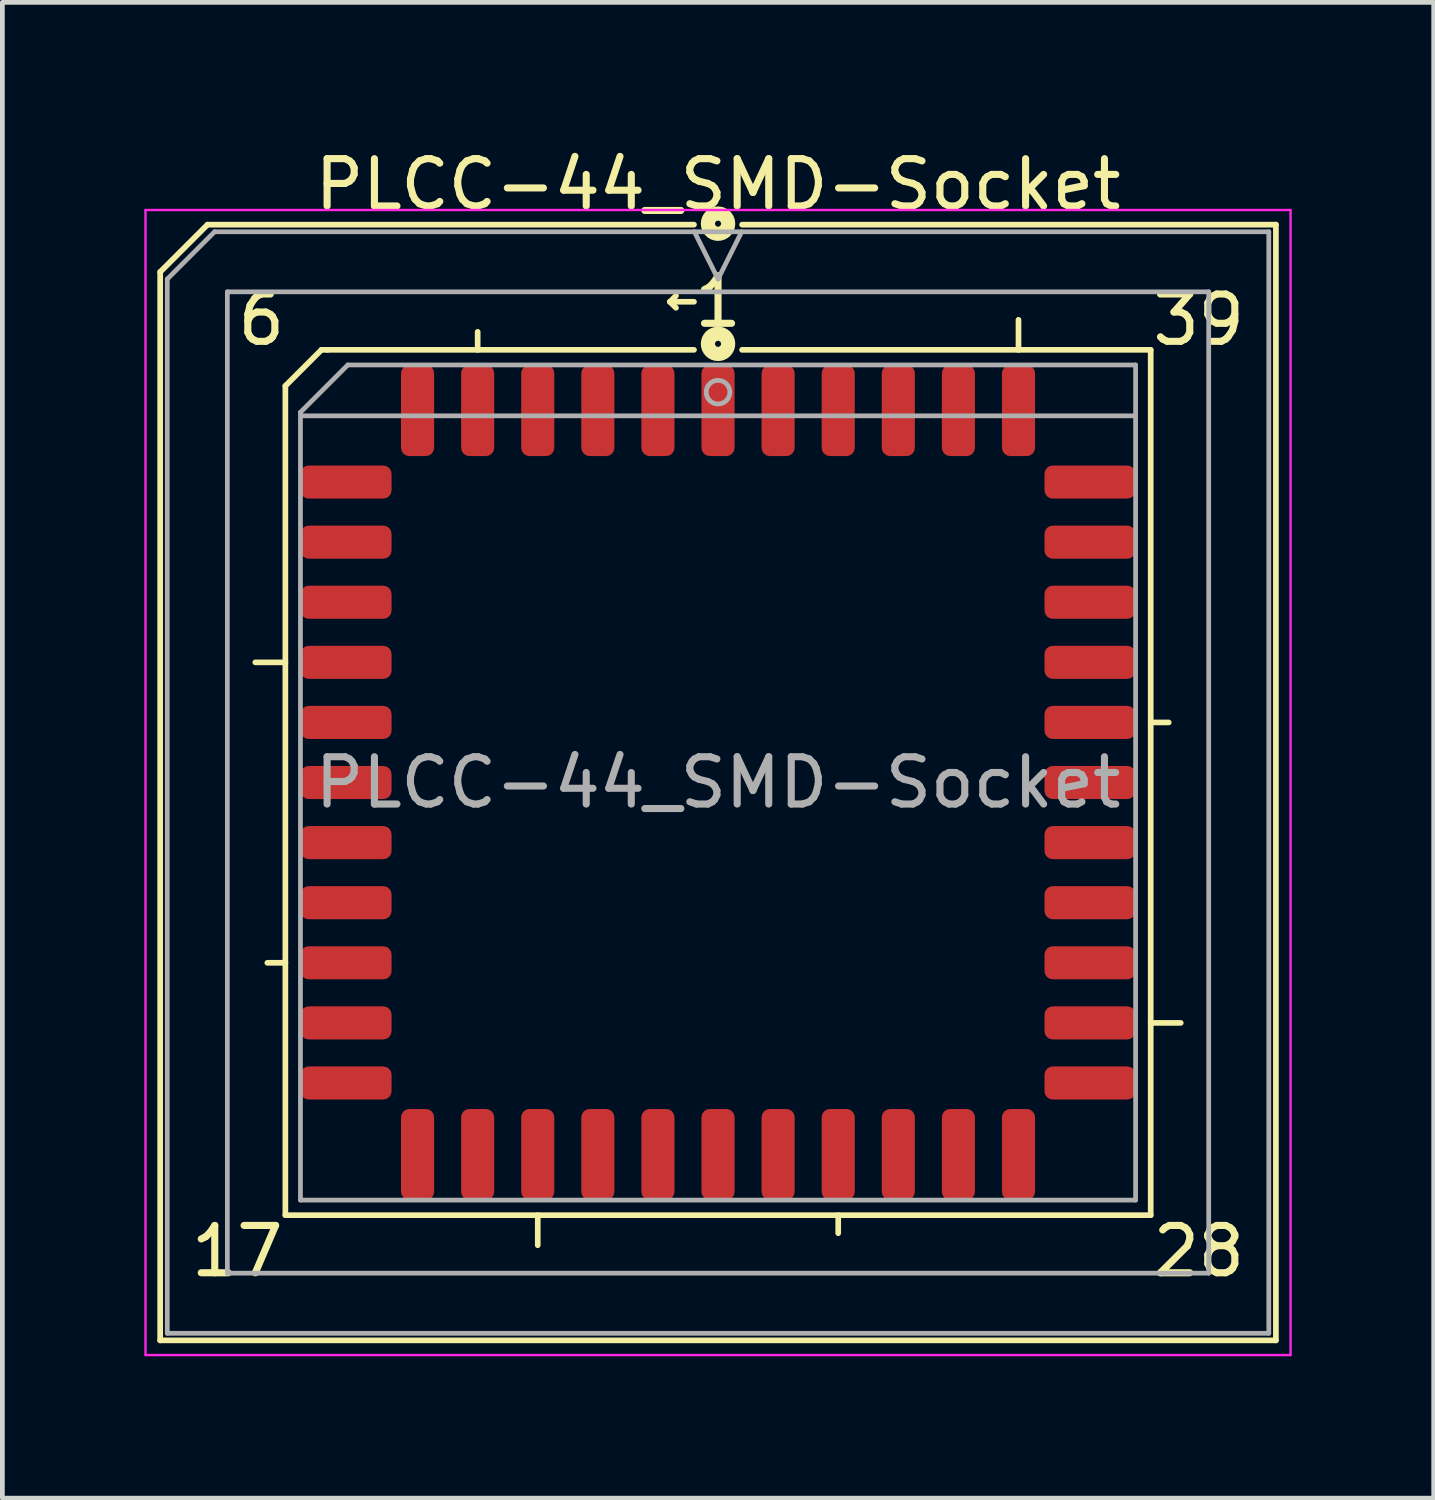
<source format=kicad_pcb>
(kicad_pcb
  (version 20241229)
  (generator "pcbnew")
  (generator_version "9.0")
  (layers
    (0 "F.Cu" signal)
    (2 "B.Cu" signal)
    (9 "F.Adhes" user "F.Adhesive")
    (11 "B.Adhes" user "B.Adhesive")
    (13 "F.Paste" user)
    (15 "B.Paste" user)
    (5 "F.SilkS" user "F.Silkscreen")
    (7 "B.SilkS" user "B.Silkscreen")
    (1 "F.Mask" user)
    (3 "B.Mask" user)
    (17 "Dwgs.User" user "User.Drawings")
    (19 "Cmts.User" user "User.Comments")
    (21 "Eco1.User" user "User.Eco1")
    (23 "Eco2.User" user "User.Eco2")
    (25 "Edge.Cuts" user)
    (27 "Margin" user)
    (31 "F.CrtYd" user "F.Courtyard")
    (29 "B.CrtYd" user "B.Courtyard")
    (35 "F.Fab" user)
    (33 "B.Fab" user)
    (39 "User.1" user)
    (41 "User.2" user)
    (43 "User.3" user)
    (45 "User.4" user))
  (footprint "PLCC-44_SMD-Socket"
    (layer "F.Cu")
    (at 12.125 13.488)
    (property "Reference" "PLCC-44_SMD-Socket" (at 0 -12.64 0) (layer "F.SilkS") (effects (font (size 1 1) (thickness 0.15))))
    (attr smd)
    (fp_line (start -11.79 -10.79) (end -11.79 11.79) (stroke (width 0.12) (type solid)) (layer "F.SilkS"))
    (fp_line (start -11.79 11.79) (end 11.79 11.79) (stroke (width 0.12) (type solid)) (layer "F.SilkS"))
    (fp_line (start -10.79 -11.79) (end -11.79 -10.79) (stroke (width 0.12) (type solid)) (layer "F.SilkS"))
    (fp_line (start -9.144 -8.382) (end -9.144 9.144) (stroke (width 0.12) (type solid)) (layer "F.SilkS"))
    (fp_line (start -9.144 -2.54) (end -9.779 -2.54) (stroke (width 0.12) (type solid)) (layer "F.SilkS"))
    (fp_line (start -9.144 3.81) (end -9.525 3.81) (stroke (width 0.12) (type solid)) (layer "F.SilkS"))
    (fp_line (start -9.144 9.144) (end 9.144 9.144) (stroke (width 0.12) (type solid)) (layer "F.SilkS"))
    (fp_line (start -8.382 -9.144) (end -9.144 -8.382) (stroke (width 0.12) (type solid)) (layer "F.SilkS"))
    (fp_line (start -8.255 -9.144) (end -8.382 -9.144) (stroke (width 0.12) (type solid)) (layer "F.SilkS"))
    (fp_line (start -5.08 -9.144) (end -5.08 -9.525) (stroke (width 0.12) (type solid)) (layer "F.SilkS"))
    (fp_line (start -3.81 9.144) (end -3.81 9.779) (stroke (width 0.12) (type solid)) (layer "F.SilkS"))
    (fp_line (start -1.016 -10.16) (end -0.889 -10.287) (stroke (width 0.12) (type solid)) (layer "F.SilkS"))
    (fp_line (start -1.016 -10.16) (end -0.889 -10.033) (stroke (width 0.12) (type solid)) (layer "F.SilkS"))
    (fp_line (start -0.508 -11.79) (end -10.79 -11.79) (stroke (width 0.12) (type solid)) (layer "F.SilkS"))
    (fp_line (start -0.508 -10.16) (end -1.016 -10.16) (stroke (width 0.12) (type solid)) (layer "F.SilkS"))
    (fp_line (start -0.508 -9.144) (end -8.255 -9.144) (stroke (width 0.12) (type solid)) (layer "F.SilkS"))
    (fp_line (start 2.54 9.144) (end 2.54 9.525) (stroke (width 0.12) (type solid)) (layer "F.SilkS"))
    (fp_line (start 6.35 -9.144) (end 6.35 -9.779) (stroke (width 0.12) (type solid)) (layer "F.SilkS"))
    (fp_line (start 9.144 -9.144) (end 0.508 -9.144) (stroke (width 0.12) (type solid)) (layer "F.SilkS"))
    (fp_line (start 9.144 -1.27) (end 9.525 -1.27) (stroke (width 0.12) (type solid)) (layer "F.SilkS"))
    (fp_line (start 9.144 5.08) (end 9.779 5.08) (stroke (width 0.12) (type solid)) (layer "F.SilkS"))
    (fp_line (start 9.144 9.144) (end 9.144 -9.144) (stroke (width 0.12) (type solid)) (layer "F.SilkS"))
    (fp_line (start 11.79 -11.79) (end 0.508 -11.79) (stroke (width 0.12) (type solid)) (layer "F.SilkS"))
    (fp_line (start 11.79 11.79) (end 11.79 -11.79) (stroke (width 0.12) (type solid)) (layer "F.SilkS"))
    (fp_circle (center 0 -11.811) (end 0.064 -11.811) (stroke (width 0.3) (type solid)) (fill no) (layer "F.SilkS"))
    (fp_circle (center 0 -9.271) (end 0.064 -9.271) (stroke (width 0.3) (type solid)) (fill no) (layer "F.SilkS"))
    (fp_line (start -12.1 -12.1) (end -12.1 12.1) (stroke (width 0.05) (type solid)) (layer "F.CrtYd"))
    (fp_line (start -12.1 12.1) (end 12.1 12.1) (stroke (width 0.05) (type solid)) (layer "F.CrtYd"))
    (fp_line (start 12.1 -12.1) (end -12.1 -12.1) (stroke (width 0.05) (type solid)) (layer "F.CrtYd"))
    (fp_line (start 12.1 12.1) (end 12.1 -12.1) (stroke (width 0.05) (type solid)) (layer "F.CrtYd"))
    (fp_line (start -11.64 -10.64) (end -11.64 11.64) (stroke (width 0.1) (type solid)) (layer "F.Fab"))
    (fp_line (start -11.64 11.64) (end 11.64 11.64) (stroke (width 0.1) (type solid)) (layer "F.Fab"))
    (fp_line (start -10.64 -11.64) (end -11.64 -10.64) (stroke (width 0.1) (type solid)) (layer "F.Fab"))
    (fp_line (start -10.37 -10.37) (end -10.37 10.37) (stroke (width 0.1) (type solid)) (layer "F.Fab"))
    (fp_line (start -10.37 10.37) (end 10.37 10.37) (stroke (width 0.1) (type solid)) (layer "F.Fab"))
    (fp_line (start -8.825 -7.825) (end -8.825 8.825) (stroke (width 0.1) (type solid)) (layer "F.Fab"))
    (fp_line (start -8.825 8.825) (end 8.825 8.825) (stroke (width 0.1) (type solid)) (layer "F.Fab"))
    (fp_line (start -7.825 -8.825) (end -8.825 -7.825) (stroke (width 0.1) (type solid)) (layer "F.Fab"))
    (fp_line (start -0.5 -11.64) (end 0 -10.64) (stroke (width 0.1) (type solid)) (layer "F.Fab"))
    (fp_line (start 0 -10.64) (end 0.5 -11.64) (stroke (width 0.1) (type solid)) (layer "F.Fab"))
    (fp_line (start 8.8 -7.75) (end -8.8 -7.75) (stroke (width 0.1) (type solid)) (layer "F.Fab"))
    (fp_line (start 8.825 -8.825) (end -7.825 -8.825) (stroke (width 0.1) (type solid)) (layer "F.Fab"))
    (fp_line (start 8.825 8.825) (end 8.825 -8.825) (stroke (width 0.1) (type solid)) (layer "F.Fab"))
    (fp_line (start 10.37 -10.37) (end -10.37 -10.37) (stroke (width 0.1) (type solid)) (layer "F.Fab"))
    (fp_line (start 10.37 10.37) (end 10.37 -10.37) (stroke (width 0.1) (type solid)) (layer "F.Fab"))
    (fp_line (start 11.64 -11.64) (end -10.64 -11.64) (stroke (width 0.1) (type solid)) (layer "F.Fab"))
    (fp_line (start 11.64 11.64) (end 11.64 -11.64) (stroke (width 0.1) (type solid)) (layer "F.Fab"))
    (fp_circle (center 0 -8.25) (end 0.25 -8.25) (stroke (width 0.1) (type solid)) (fill no) (layer "F.Fab"))
    (fp_text user "6" (at -9.652 -9.779 0) (unlocked yes) (layer "F.SilkS") (effects (font (size 1 1) (thickness 0.15))))
    (fp_text user "39" (at 10.16 -9.779 0) (unlocked yes) (layer "F.SilkS") (effects (font (size 1 1) (thickness 0.15))))
    (fp_text user "1" (at 0 -10.16 0) (unlocked yes) (layer "F.SilkS") (effects (font (size 1 1) (thickness 0.15))))
    (fp_text user "17" (at -10.16 9.906 0) (unlocked yes) (layer "F.SilkS") (effects (font (size 1 1) (thickness 0.15))))
    (fp_text user "28" (at 10.16 9.906 0) (unlocked yes) (layer "F.SilkS") (effects (font (size 1 1) (thickness 0.15))))
    (fp_text user "${REFERENCE}" (at 0 0 0) (layer "F.Fab") (effects (font (size 1 1) (thickness 0.15))))
    (pad "1" smd roundrect (at 0 -7.862) (size 0.7 1.925) (layers "F.Cu" "F.Mask" "F.Paste") (roundrect_rratio 0.25))
    (pad "2" smd roundrect (at -1.27 -7.862) (size 0.7 1.925) (layers "F.Cu" "F.Mask" "F.Paste") (roundrect_rratio 0.25))
    (pad "3" smd roundrect (at -2.54 -7.862) (size 0.7 1.925) (layers "F.Cu" "F.Mask" "F.Paste") (roundrect_rratio 0.25))
    (pad "4" smd roundrect (at -3.81 -7.862) (size 0.7 1.925) (layers "F.Cu" "F.Mask" "F.Paste") (roundrect_rratio 0.25))
    (pad "5" smd roundrect (at -5.08 -7.862) (size 0.7 1.925) (layers "F.Cu" "F.Mask" "F.Paste") (roundrect_rratio 0.25))
    (pad "6" smd roundrect (at -6.35 -7.862) (size 0.7 1.925) (layers "F.Cu" "F.Mask" "F.Paste") (roundrect_rratio 0.25))
    (pad "7" smd roundrect (at -7.862 -6.35) (size 1.925 0.7) (layers "F.Cu" "F.Mask" "F.Paste") (roundrect_rratio 0.25))
    (pad "8" smd roundrect (at -7.862 -5.08) (size 1.925 0.7) (layers "F.Cu" "F.Mask" "F.Paste") (roundrect_rratio 0.25))
    (pad "9" smd roundrect (at -7.862 -3.81) (size 1.925 0.7) (layers "F.Cu" "F.Mask" "F.Paste") (roundrect_rratio 0.25))
    (pad "10" smd roundrect (at -7.862 -2.54) (size 1.925 0.7) (layers "F.Cu" "F.Mask" "F.Paste") (roundrect_rratio 0.25))
    (pad "11" smd roundrect (at -7.862 -1.27) (size 1.925 0.7) (layers "F.Cu" "F.Mask" "F.Paste") (roundrect_rratio 0.25))
    (pad "12" smd roundrect (at -7.862 0) (size 1.925 0.7) (layers "F.Cu" "F.Mask" "F.Paste") (roundrect_rratio 0.25))
    (pad "13" smd roundrect (at -7.862 1.27) (size 1.925 0.7) (layers "F.Cu" "F.Mask" "F.Paste") (roundrect_rratio 0.25))
    (pad "14" smd roundrect (at -7.862 2.54) (size 1.925 0.7) (layers "F.Cu" "F.Mask" "F.Paste") (roundrect_rratio 0.25))
    (pad "15" smd roundrect (at -7.862 3.81) (size 1.925 0.7) (layers "F.Cu" "F.Mask" "F.Paste") (roundrect_rratio 0.25))
    (pad "16" smd roundrect (at -7.862 5.08) (size 1.925 0.7) (layers "F.Cu" "F.Mask" "F.Paste") (roundrect_rratio 0.25))
    (pad "17" smd roundrect (at -7.862 6.35) (size 1.925 0.7) (layers "F.Cu" "F.Mask" "F.Paste") (roundrect_rratio 0.25))
    (pad "18" smd roundrect (at -6.35 7.862) (size 0.7 1.925) (layers "F.Cu" "F.Mask" "F.Paste") (roundrect_rratio 0.25))
    (pad "19" smd roundrect (at -5.08 7.862) (size 0.7 1.925) (layers "F.Cu" "F.Mask" "F.Paste") (roundrect_rratio 0.25))
    (pad "20" smd roundrect (at -3.81 7.862) (size 0.7 1.925) (layers "F.Cu" "F.Mask" "F.Paste") (roundrect_rratio 0.25))
    (pad "21" smd roundrect (at -2.54 7.862) (size 0.7 1.925) (layers "F.Cu" "F.Mask" "F.Paste") (roundrect_rratio 0.25))
    (pad "22" smd roundrect (at -1.27 7.862) (size 0.7 1.925) (layers "F.Cu" "F.Mask" "F.Paste") (roundrect_rratio 0.25))
    (pad "23" smd roundrect (at 0 7.862) (size 0.7 1.925) (layers "F.Cu" "F.Mask" "F.Paste") (roundrect_rratio 0.25))
    (pad "24" smd roundrect (at 1.27 7.862) (size 0.7 1.925) (layers "F.Cu" "F.Mask" "F.Paste") (roundrect_rratio 0.25))
    (pad "25" smd roundrect (at 2.54 7.862) (size 0.7 1.925) (layers "F.Cu" "F.Mask" "F.Paste") (roundrect_rratio 0.25))
    (pad "26" smd roundrect (at 3.81 7.862) (size 0.7 1.925) (layers "F.Cu" "F.Mask" "F.Paste") (roundrect_rratio 0.25))
    (pad "27" smd roundrect (at 5.08 7.862) (size 0.7 1.925) (layers "F.Cu" "F.Mask" "F.Paste") (roundrect_rratio 0.25))
    (pad "28" smd roundrect (at 6.35 7.862) (size 0.7 1.925) (layers "F.Cu" "F.Mask" "F.Paste") (roundrect_rratio 0.25))
    (pad "29" smd roundrect (at 7.862 6.35) (size 1.925 0.7) (layers "F.Cu" "F.Mask" "F.Paste") (roundrect_rratio 0.25))
    (pad "30" smd roundrect (at 7.862 5.08) (size 1.925 0.7) (layers "F.Cu" "F.Mask" "F.Paste") (roundrect_rratio 0.25))
    (pad "31" smd roundrect (at 7.862 3.81) (size 1.925 0.7) (layers "F.Cu" "F.Mask" "F.Paste") (roundrect_rratio 0.25))
    (pad "32" smd roundrect (at 7.862 2.54) (size 1.925 0.7) (layers "F.Cu" "F.Mask" "F.Paste") (roundrect_rratio 0.25))
    (pad "33" smd roundrect (at 7.862 1.27) (size 1.925 0.7) (layers "F.Cu" "F.Mask" "F.Paste") (roundrect_rratio 0.25))
    (pad "34" smd roundrect (at 7.862 0) (size 1.925 0.7) (layers "F.Cu" "F.Mask" "F.Paste") (roundrect_rratio 0.25))
    (pad "35" smd roundrect (at 7.862 -1.27) (size 1.925 0.7) (layers "F.Cu" "F.Mask" "F.Paste") (roundrect_rratio 0.25))
    (pad "36" smd roundrect (at 7.862 -2.54) (size 1.925 0.7) (layers "F.Cu" "F.Mask" "F.Paste") (roundrect_rratio 0.25))
    (pad "37" smd roundrect (at 7.862 -3.81) (size 1.925 0.7) (layers "F.Cu" "F.Mask" "F.Paste") (roundrect_rratio 0.25))
    (pad "38" smd roundrect (at 7.862 -5.08) (size 1.925 0.7) (layers "F.Cu" "F.Mask" "F.Paste") (roundrect_rratio 0.25))
    (pad "39" smd roundrect (at 7.862 -6.35) (size 1.925 0.7) (layers "F.Cu" "F.Mask" "F.Paste") (roundrect_rratio 0.25))
    (pad "40" smd roundrect (at 6.35 -7.862) (size 0.7 1.925) (layers "F.Cu" "F.Mask" "F.Paste") (roundrect_rratio 0.25))
    (pad "41" smd roundrect (at 5.08 -7.862) (size 0.7 1.925) (layers "F.Cu" "F.Mask" "F.Paste") (roundrect_rratio 0.25))
    (pad "42" smd roundrect (at 3.81 -7.862) (size 0.7 1.925) (layers "F.Cu" "F.Mask" "F.Paste") (roundrect_rratio 0.25))
    (pad "43" smd roundrect (at 2.54 -7.862) (size 0.7 1.925) (layers "F.Cu" "F.Mask" "F.Paste") (roundrect_rratio 0.25))
    (pad "44" smd roundrect (at 1.27 -7.862) (size 0.7 1.925) (layers "F.Cu" "F.Mask" "F.Paste") (roundrect_rratio 0.25)))
  (gr_rect
    (start -3 -3)
    (end 27.25 28.613)
    (stroke (width 0.1) (type default))
    (fill no)
    (layer "Edge.Cuts")))
</source>
